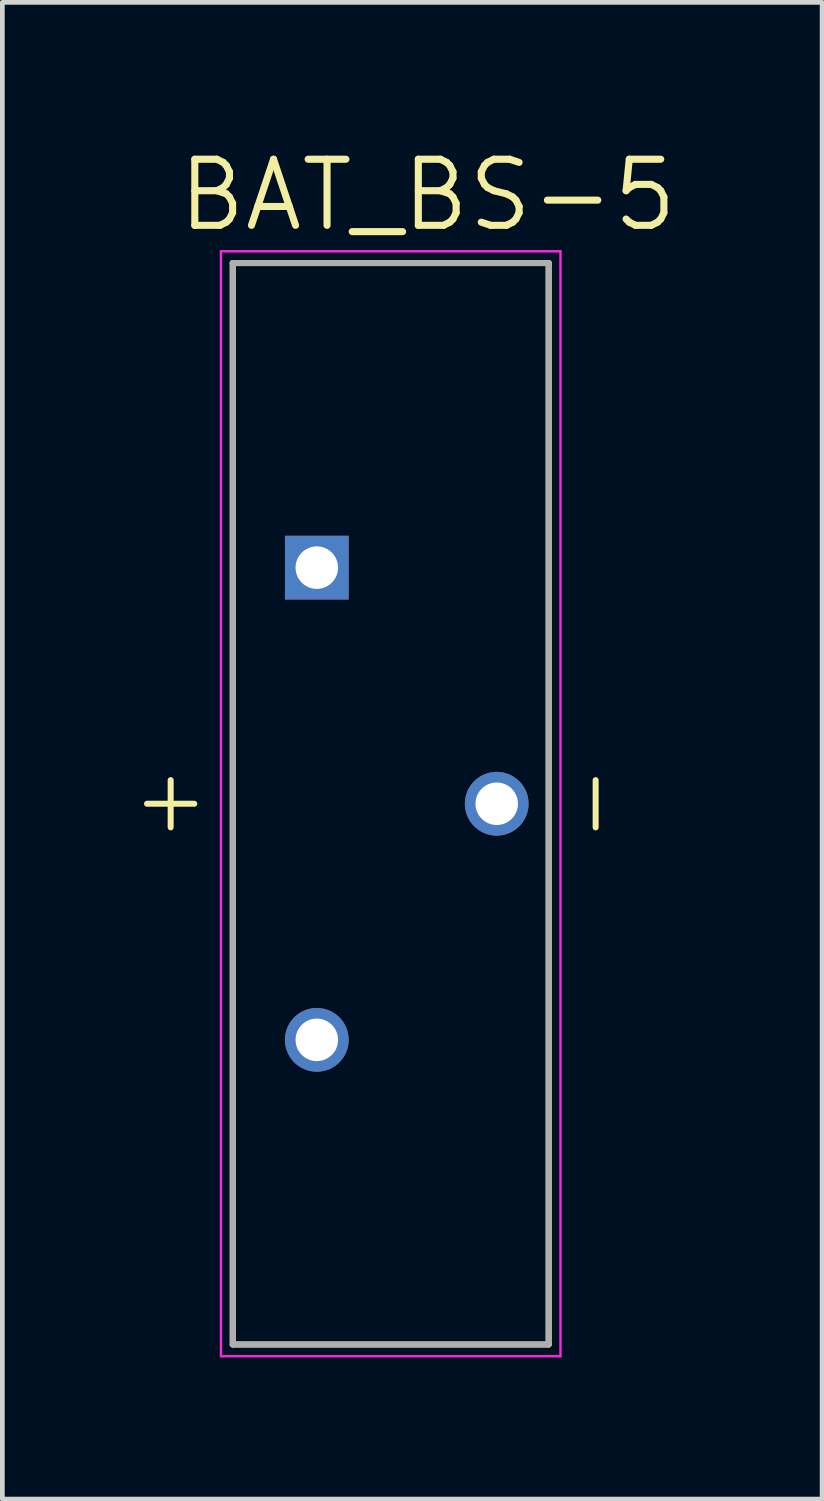
<source format=kicad_pcb>
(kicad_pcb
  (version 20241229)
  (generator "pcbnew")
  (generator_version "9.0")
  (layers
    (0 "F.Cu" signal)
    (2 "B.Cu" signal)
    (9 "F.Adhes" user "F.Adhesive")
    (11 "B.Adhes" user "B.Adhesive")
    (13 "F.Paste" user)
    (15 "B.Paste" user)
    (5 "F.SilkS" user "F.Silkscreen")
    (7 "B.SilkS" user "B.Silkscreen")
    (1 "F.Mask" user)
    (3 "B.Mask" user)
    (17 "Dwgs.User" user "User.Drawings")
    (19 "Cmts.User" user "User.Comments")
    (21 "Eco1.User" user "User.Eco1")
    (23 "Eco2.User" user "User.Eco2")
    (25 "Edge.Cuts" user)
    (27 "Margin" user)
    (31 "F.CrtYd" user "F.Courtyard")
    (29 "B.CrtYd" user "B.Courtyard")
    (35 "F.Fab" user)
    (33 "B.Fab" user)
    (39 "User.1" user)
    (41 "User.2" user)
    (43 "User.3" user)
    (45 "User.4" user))
  (footprint "BAT_BS-5"
    (layer "F.Cu")
    (at 5.564 13.971)
    (property "Reference" "BAT_BS-5" (at 0.445 -12.889 0) (layer "F.SilkS") (effects (font (size 1.4 1.4) (thickness 0.15))))
    (attr through_hole)
    (fp_line (start -5.5 0) (end -4.5 0) (stroke (width 0.127) (type solid)) (layer "F.SilkS"))
    (fp_line (start -5 -0.5) (end -5 0.5) (stroke (width 0.127) (type solid)) (layer "F.SilkS"))
    (fp_line (start -3.685 -11.45) (end 3.005 -11.45) (stroke (width 0.127) (type solid)) (layer "F.SilkS"))
    (fp_line (start -3.685 11.45) (end -3.685 -11.45) (stroke (width 0.127) (type solid)) (layer "F.SilkS"))
    (fp_line (start 3.005 -11.45) (end 3.005 11.45) (stroke (width 0.127) (type solid)) (layer "F.SilkS"))
    (fp_line (start 3.005 11.45) (end -3.685 11.45) (stroke (width 0.127) (type solid)) (layer "F.SilkS"))
    (fp_line (start 4 -0.5) (end 4 0.5) (stroke (width 0.127) (type solid)) (layer "F.SilkS"))
    (fp_line (start -3.935 -11.7) (end 3.255 -11.7) (stroke (width 0.05) (type solid)) (layer "F.CrtYd"))
    (fp_line (start -3.935 11.7) (end -3.935 -11.7) (stroke (width 0.05) (type solid)) (layer "F.CrtYd"))
    (fp_line (start 3.255 -11.7) (end 3.255 11.7) (stroke (width 0.05) (type solid)) (layer "F.CrtYd"))
    (fp_line (start 3.255 11.7) (end -3.935 11.7) (stroke (width 0.05) (type solid)) (layer "F.CrtYd"))
    (fp_line (start -3.685 -11.45) (end 3.005 -11.45) (stroke (width 0.127) (type solid)) (layer "F.Fab"))
    (fp_line (start -3.685 11.45) (end -3.685 -11.45) (stroke (width 0.127) (type solid)) (layer "F.Fab"))
    (fp_line (start 3.005 -11.45) (end 3.005 11.45) (stroke (width 0.127) (type solid)) (layer "F.Fab"))
    (fp_line (start 3.005 11.45) (end -3.685 11.45) (stroke (width 0.127) (type solid)) (layer "F.Fab"))
    (pad "-" thru_hole circle (at 1.905 0) (size 1.35 1.35) (drill 0.9) (layers "*.Cu" "*.Mask"))
    (pad "S+1" thru_hole rect (at -1.905 -5) (size 1.35 1.35) (drill 0.9) (layers "*.Cu" "*.Mask"))
    (pad "S+2" thru_hole circle (at -1.905 5) (size 1.35 1.35) (drill 0.9) (layers "*.Cu" "*.Mask")))
  (gr_rect
    (start -3 -3)
    (end 14.36 28.696)
    (stroke (width 0.1) (type default))
    (fill no)
    (layer "Edge.Cuts")))
</source>
